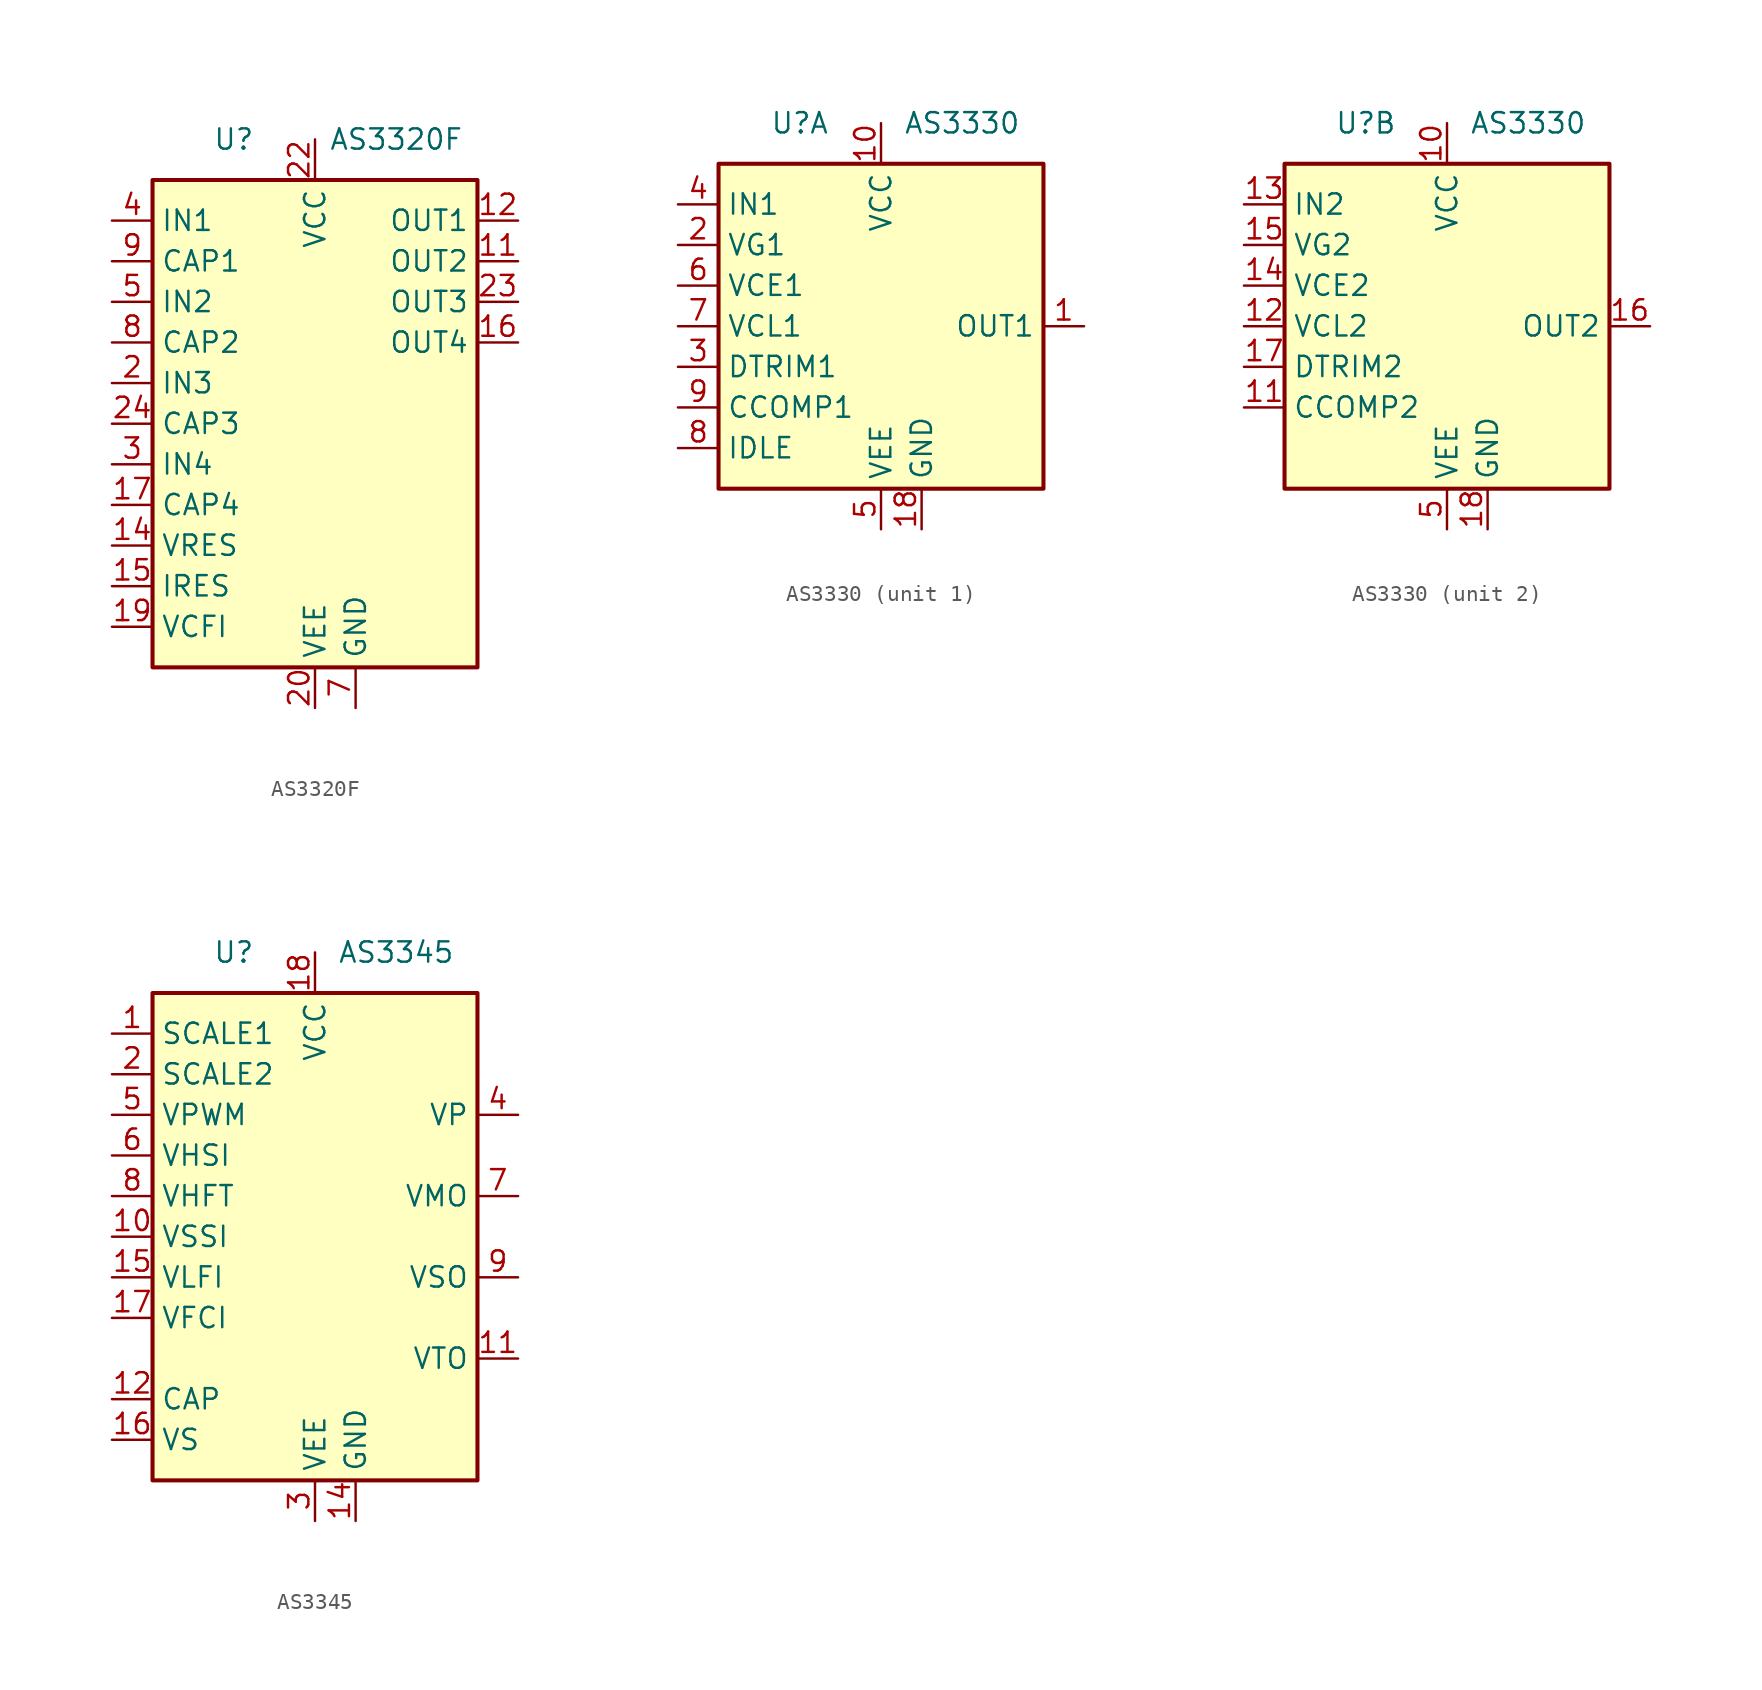
<source format=kicad_sym>
(kicad_symbol_lib
  (version 20201005)
  (generator kicad_symbol_editor)
  (symbol "AS3320F"
    (property "Reference" "U"
      (at -5.08 17.78 0)
      (effects (font (size 1.27 1.27))))
    (property "Value" "AS3320F"
      (at 5.08 17.78 0)
      (effects (font (size 1.27 1.27))))
    (symbol "AS3320F_0_1"
      (rectangle (start -10.16 15.24) (end 10.16 -15.24) (stroke (width 0.254)) (fill (type background))))
    (symbol "AS3320F_1_1"
      (pin no_connect line (at 10.16 0 180) (length 2.54) hide (name "NC" (effects (font (size 1.27 1.27)))) (number "1" (effects (font (size 1.27 1.27)))))
      (pin no_connect line (at 10.16 -5.08 180) (length 2.54) hide (name "NC" (effects (font (size 1.27 1.27)))) (number "10" (effects (font (size 1.27 1.27)))))
      (pin output line (at 12.7 10.16 180) (length 2.54) (name "OUT2" (effects (font (size 1.27 1.27)))) (number "11" (effects (font (size 1.27 1.27)))))
      (pin output line (at 12.7 12.7 180) (length 2.54) (name "OUT1" (effects (font (size 1.27 1.27)))) (number "12" (effects (font (size 1.27 1.27)))))
      (pin no_connect line (at 10.16 -7.62 180) (length 2.54) hide (name "NC" (effects (font (size 1.27 1.27)))) (number "13" (effects (font (size 1.27 1.27)))))
      (pin input line (at -12.7 -7.62 0) (length 2.54) (name "VRES" (effects (font (size 1.27 1.27)))) (number "14" (effects (font (size 1.27 1.27)))))
      (pin input line (at -12.7 -10.16 0) (length 2.54) (name "IRES" (effects (font (size 1.27 1.27)))) (number "15" (effects (font (size 1.27 1.27)))))
      (pin output line (at 12.7 5.08 180) (length 2.54) (name "OUT4" (effects (font (size 1.27 1.27)))) (number "16" (effects (font (size 1.27 1.27)))))
      (pin passive line (at -12.7 -5.08 0) (length 2.54) (name "CAP4" (effects (font (size 1.27 1.27)))) (number "17" (effects (font (size 1.27 1.27)))))
      (pin no_connect line (at 10.16 -10.16 180) (length 2.54) hide (name "NC" (effects (font (size 1.27 1.27)))) (number "18" (effects (font (size 1.27 1.27)))))
      (pin input line (at -12.7 -12.7 0) (length 2.54) (name "VCFI" (effects (font (size 1.27 1.27)))) (number "19" (effects (font (size 1.27 1.27)))))
      (pin input line (at -12.7 2.54 0) (length 2.54) (name "IN3" (effects (font (size 1.27 1.27)))) (number "2" (effects (font (size 1.27 1.27)))))
      (pin power_in line (at 0 -17.78 90) (length 2.54) (name "VEE" (effects (font (size 1.27 1.27)))) (number "20" (effects (font (size 1.27 1.27)))))
      (pin no_connect line (at 10.16 -12.7 180) (length 2.54) hide (name "NC" (effects (font (size 1.27 1.27)))) (number "21" (effects (font (size 1.27 1.27)))))
      (pin power_in line (at 0 17.78 270) (length 2.54) (name "VCC" (effects (font (size 1.27 1.27)))) (number "22" (effects (font (size 1.27 1.27)))))
      (pin output line (at 12.7 7.62 180) (length 2.54) (name "OUT3" (effects (font (size 1.27 1.27)))) (number "23" (effects (font (size 1.27 1.27)))))
      (pin passive line (at -12.7 0 0) (length 2.54) (name "CAP3" (effects (font (size 1.27 1.27)))) (number "24" (effects (font (size 1.27 1.27)))))
      (pin input line (at -12.7 -2.54 0) (length 2.54) (name "IN4" (effects (font (size 1.27 1.27)))) (number "3" (effects (font (size 1.27 1.27)))))
      (pin input line (at -12.7 12.7 0) (length 2.54) (name "IN1" (effects (font (size 1.27 1.27)))) (number "4" (effects (font (size 1.27 1.27)))))
      (pin input line (at -12.7 7.62 0) (length 2.54) (name "IN2" (effects (font (size 1.27 1.27)))) (number "5" (effects (font (size 1.27 1.27)))))
      (pin no_connect line (at 10.16 -2.54 180) (length 2.54) hide (name "NC" (effects (font (size 1.27 1.27)))) (number "6" (effects (font (size 1.27 1.27)))))
      (pin power_in line (at 2.54 -17.78 90) (length 2.54) (name "GND" (effects (font (size 1.27 1.27)))) (number "7" (effects (font (size 1.27 1.27)))))
      (pin passive line (at -12.7 5.08 0) (length 2.54) (name "CAP2" (effects (font (size 1.27 1.27)))) (number "8" (effects (font (size 1.27 1.27)))))
      (pin passive line (at -12.7 10.16 0) (length 2.54) (name "CAP1" (effects (font (size 1.27 1.27)))) (number "9" (effects (font (size 1.27 1.27)))))))
  (symbol "AS3330"
    (property "Reference" "U"
      (at -5.08 12.7 0)
      (effects (font (size 1.27 1.27))))
    (property "Value" "AS3330"
      (at 5.08 12.7 0)
      (effects (font (size 1.27 1.27))))
    (symbol "AS3330_0_1"
      (rectangle (start -10.16 10.16) (end 10.16 -10.16) (stroke (width 0.254)) (fill (type background)))
      (pin power_in line (at 0 12.7 270) (length 2.54) (name "VCC" (effects (font (size 1.27 1.27)))) (number "10" (effects (font (size 1.27 1.27)))))
      (pin power_in line (at 2.54 -12.7 90) (length 2.54) (name "GND" (effects (font (size 1.27 1.27)))) (number "18" (effects (font (size 1.27 1.27)))))
      (pin power_in line (at 0 -12.7 90) (length 2.54) (name "VEE" (effects (font (size 1.27 1.27)))) (number "5" (effects (font (size 1.27 1.27))))))
    (symbol "AS3330_1_1"
      (pin output line (at 12.7 0 180) (length 2.54) (name "OUT1" (effects (font (size 1.27 1.27)))) (number "1" (effects (font (size 1.27 1.27)))))
      (pin input line (at -12.7 5.08 0) (length 2.54) (name "VG1" (effects (font (size 1.27 1.27)))) (number "2" (effects (font (size 1.27 1.27)))))
      (pin passive line (at -12.7 -2.54 0) (length 2.54) (name "DTRIM1" (effects (font (size 1.27 1.27)))) (number "3" (effects (font (size 1.27 1.27)))))
      (pin input line (at -12.7 7.62 0) (length 2.54) (name "IN1" (effects (font (size 1.27 1.27)))) (number "4" (effects (font (size 1.27 1.27)))))
      (pin input line (at -12.7 2.54 0) (length 2.54) (name "VCE1" (effects (font (size 1.27 1.27)))) (number "6" (effects (font (size 1.27 1.27)))))
      (pin input line (at -12.7 0 0) (length 2.54) (name "VCL1" (effects (font (size 1.27 1.27)))) (number "7" (effects (font (size 1.27 1.27)))))
      (pin passive line (at -12.7 -7.62 0) (length 2.54) (name "IDLE" (effects (font (size 1.27 1.27)))) (number "8" (effects (font (size 1.27 1.27)))))
      (pin passive line (at -12.7 -5.08 0) (length 2.54) (name "CCOMP1" (effects (font (size 1.27 1.27)))) (number "9" (effects (font (size 1.27 1.27))))))
    (symbol "AS3330_2_1"
      (pin passive line (at -12.7 -5.08 0) (length 2.54) (name "CCOMP2" (effects (font (size 1.27 1.27)))) (number "11" (effects (font (size 1.27 1.27)))))
      (pin input line (at -12.7 0 0) (length 2.54) (name "VCL2" (effects (font (size 1.27 1.27)))) (number "12" (effects (font (size 1.27 1.27)))))
      (pin input line (at -12.7 7.62 0) (length 2.54) (name "IN2" (effects (font (size 1.27 1.27)))) (number "13" (effects (font (size 1.27 1.27)))))
      (pin input line (at -12.7 2.54 0) (length 2.54) (name "VCE2" (effects (font (size 1.27 1.27)))) (number "14" (effects (font (size 1.27 1.27)))))
      (pin input line (at -12.7 5.08 0) (length 2.54) (name "VG2" (effects (font (size 1.27 1.27)))) (number "15" (effects (font (size 1.27 1.27)))))
      (pin output line (at 12.7 0 180) (length 2.54) (name "OUT2" (effects (font (size 1.27 1.27)))) (number "16" (effects (font (size 1.27 1.27)))))
      (pin passive line (at -12.7 -2.54 0) (length 2.54) (name "DTRIM2" (effects (font (size 1.27 1.27)))) (number "17" (effects (font (size 1.27 1.27)))))))
  (symbol "AS3345"
    (property "Reference" "U"
      (at -5.08 17.78 0)
      (effects (font (size 1.27 1.27))))
    (property "Value" "AS3345"
      (at 5.08 17.78 0)
      (effects (font (size 1.27 1.27))))
    (symbol "AS3345_0_1"
      (rectangle (start -10.16 15.24) (end 10.16 -15.24) (stroke (width 0.254)) (fill (type background))))
    (symbol "AS3345_1_1"
      (pin input line (at -12.7 12.7 0) (length 2.54) (name "SCALE1" (effects (font (size 1.27 1.27)))) (number "1" (effects (font (size 1.27 1.27)))))
      (pin input line (at -12.7 0 0) (length 2.54) (name "VSSI" (effects (font (size 1.27 1.27)))) (number "10" (effects (font (size 1.27 1.27)))))
      (pin output line (at 12.7 -7.62 180) (length 2.54) (name "VTO" (effects (font (size 1.27 1.27)))) (number "11" (effects (font (size 1.27 1.27)))))
      (pin passive line (at -12.7 -10.16 0) (length 2.54) (name "CAP" (effects (font (size 1.27 1.27)))) (number "12" (effects (font (size 1.27 1.27)))))
      (pin passive line (at 2.54 -17.78 90) (length 2.54) hide (name "GND" (effects (font (size 1.27 1.27)))) (number "13" (effects (font (size 1.27 1.27)))))
      (pin power_in line (at 2.54 -17.78 90) (length 2.54) (name "GND" (effects (font (size 1.27 1.27)))) (number "14" (effects (font (size 1.27 1.27)))))
      (pin input line (at -12.7 -2.54 0) (length 2.54) (name "VLFI" (effects (font (size 1.27 1.27)))) (number "15" (effects (font (size 1.27 1.27)))))
      (pin passive line (at -12.7 -12.7 0) (length 2.54) (name "VS" (effects (font (size 1.27 1.27)))) (number "16" (effects (font (size 1.27 1.27)))))
      (pin input line (at -12.7 -5.08 0) (length 2.54) (name "VFCI" (effects (font (size 1.27 1.27)))) (number "17" (effects (font (size 1.27 1.27)))))
      (pin power_in line (at 0 17.78 270) (length 2.54) (name "VCC" (effects (font (size 1.27 1.27)))) (number "18" (effects (font (size 1.27 1.27)))))
      (pin input line (at -12.7 10.16 0) (length 2.54) (name "SCALE2" (effects (font (size 1.27 1.27)))) (number "2" (effects (font (size 1.27 1.27)))))
      (pin power_in line (at 0 -17.78 90) (length 2.54) (name "VEE" (effects (font (size 1.27 1.27)))) (number "3" (effects (font (size 1.27 1.27)))))
      (pin output line (at 12.7 7.62 180) (length 2.54) (name "VP" (effects (font (size 1.27 1.27)))) (number "4" (effects (font (size 1.27 1.27)))))
      (pin input line (at -12.7 7.62 0) (length 2.54) (name "VPWM" (effects (font (size 1.27 1.27)))) (number "5" (effects (font (size 1.27 1.27)))))
      (pin input line (at -12.7 5.08 0) (length 2.54) (name "VHSI" (effects (font (size 1.27 1.27)))) (number "6" (effects (font (size 1.27 1.27)))))
      (pin output line (at 12.7 2.54 180) (length 2.54) (name "VMO" (effects (font (size 1.27 1.27)))) (number "7" (effects (font (size 1.27 1.27)))))
      (pin input line (at -12.7 2.54 0) (length 2.54) (name "VHFT" (effects (font (size 1.27 1.27)))) (number "8" (effects (font (size 1.27 1.27)))))
      (pin output line (at 12.7 -2.54 180) (length 2.54) (name "VSO" (effects (font (size 1.27 1.27)))) (number "9" (effects (font (size 1.27 1.27))))))))
</source>
